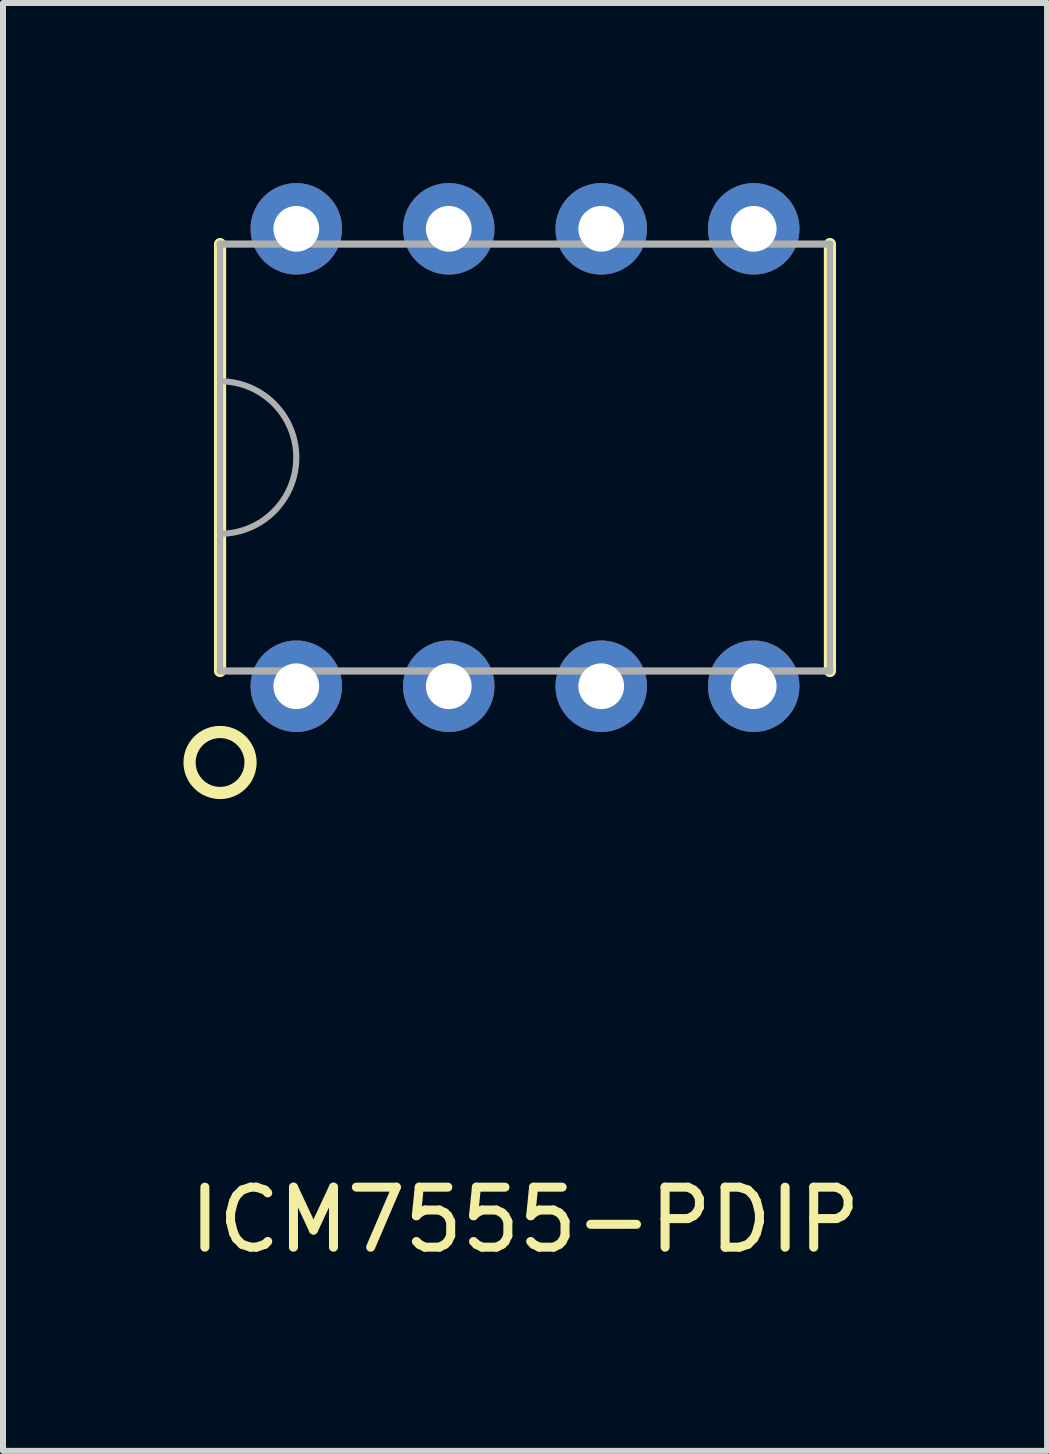
<source format=kicad_pcb>
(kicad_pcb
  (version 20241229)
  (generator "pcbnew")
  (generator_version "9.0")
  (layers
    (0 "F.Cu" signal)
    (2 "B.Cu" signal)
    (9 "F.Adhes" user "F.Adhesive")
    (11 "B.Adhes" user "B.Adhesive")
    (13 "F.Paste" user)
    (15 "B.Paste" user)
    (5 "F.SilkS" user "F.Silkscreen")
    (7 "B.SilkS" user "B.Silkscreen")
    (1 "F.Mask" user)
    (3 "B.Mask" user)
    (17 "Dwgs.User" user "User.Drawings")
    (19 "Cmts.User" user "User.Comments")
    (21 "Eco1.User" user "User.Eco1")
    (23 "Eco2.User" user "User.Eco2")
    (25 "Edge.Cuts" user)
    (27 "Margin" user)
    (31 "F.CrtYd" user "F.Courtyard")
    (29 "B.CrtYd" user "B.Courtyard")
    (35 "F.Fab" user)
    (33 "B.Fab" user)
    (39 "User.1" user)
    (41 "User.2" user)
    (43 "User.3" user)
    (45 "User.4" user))
  (footprint "ICM7555-PDIP"
    (layer "F.Cu")
    (at 5.696 4.572)
    (property "Reference" "ICM7555-PDIP" (at 0 12.7 0) (layer "F.SilkS") (effects (font (size 1 1) (thickness 0.15))))
    (attr through_hole)
    (fp_line (start -5.08 3.556) (end -5.08 -3.556) (stroke (width 0.203) (type solid)) (layer "F.SilkS"))
    (fp_line (start 5.08 3.556) (end 5.08 -3.556) (stroke (width 0.203) (type solid)) (layer "F.SilkS"))
    (fp_circle (center -5.08 5.08) (end -4.572 5.08) (stroke (width 0.203) (type solid)) (fill no) (layer "F.SilkS"))
    (fp_line (start -5.08 3.556) (end -5.08 -3.556) (stroke (width 0.102) (type solid)) (layer "F.Fab"))
    (fp_line (start 5.08 -3.556) (end -5.08 -3.556) (stroke (width 0.12) (type solid)) (layer "F.Fab"))
    (fp_line (start 5.08 3.556) (end -5.08 3.556) (stroke (width 0.12) (type solid)) (layer "F.Fab"))
    (fp_line (start 5.08 3.556) (end 5.08 -3.556) (stroke (width 0.102) (type solid)) (layer "F.Fab"))
    (fp_arc (start -5.08 -1.27) (mid -3.81 0) (end -5.08 1.27) (stroke (width 0.1016) (type solid)) (layer "F.Fab"))
    (pad "1" thru_hole circle (at -3.81 3.81) (size 1.524 1.524) (drill 0.762) (layers "*.Cu" "*.Mask"))
    (pad "2" thru_hole circle (at -1.27 3.81) (size 1.524 1.524) (drill 0.762) (layers "*.Cu" "*.Mask"))
    (pad "3" thru_hole circle (at 1.27 3.81) (size 1.524 1.524) (drill 0.762) (layers "*.Cu" "*.Mask"))
    (pad "4" thru_hole circle (at 3.81 3.81) (size 1.524 1.524) (drill 0.762) (layers "*.Cu" "*.Mask"))
    (pad "5" thru_hole circle (at 3.81 -3.81) (size 1.524 1.524) (drill 0.762) (layers "*.Cu" "*.Mask"))
    (pad "6" thru_hole circle (at 1.27 -3.81) (size 1.524 1.524) (drill 0.762) (layers "*.Cu" "*.Mask"))
    (pad "7" thru_hole circle (at -1.27 -3.81) (size 1.524 1.524) (drill 0.762) (layers "*.Cu" "*.Mask"))
    (pad "8" thru_hole circle (at -3.81 -3.81) (size 1.524 1.524) (drill 0.762) (layers "*.Cu" "*.Mask")))
  (gr_rect
    (start -3 -3)
    (end 14.393 21.12)
    (stroke (width 0.1) (type default))
    (fill no)
    (layer "Edge.Cuts")))
</source>
